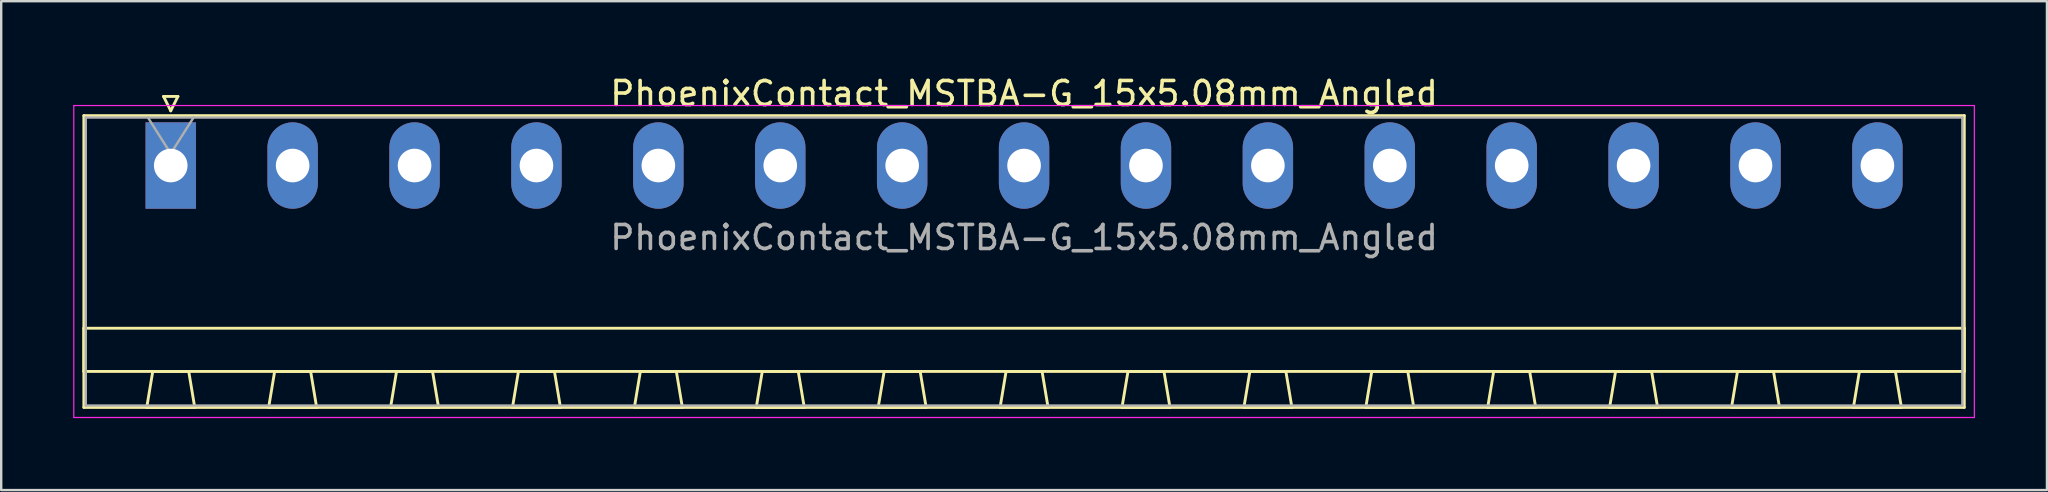
<source format=kicad_pcb>
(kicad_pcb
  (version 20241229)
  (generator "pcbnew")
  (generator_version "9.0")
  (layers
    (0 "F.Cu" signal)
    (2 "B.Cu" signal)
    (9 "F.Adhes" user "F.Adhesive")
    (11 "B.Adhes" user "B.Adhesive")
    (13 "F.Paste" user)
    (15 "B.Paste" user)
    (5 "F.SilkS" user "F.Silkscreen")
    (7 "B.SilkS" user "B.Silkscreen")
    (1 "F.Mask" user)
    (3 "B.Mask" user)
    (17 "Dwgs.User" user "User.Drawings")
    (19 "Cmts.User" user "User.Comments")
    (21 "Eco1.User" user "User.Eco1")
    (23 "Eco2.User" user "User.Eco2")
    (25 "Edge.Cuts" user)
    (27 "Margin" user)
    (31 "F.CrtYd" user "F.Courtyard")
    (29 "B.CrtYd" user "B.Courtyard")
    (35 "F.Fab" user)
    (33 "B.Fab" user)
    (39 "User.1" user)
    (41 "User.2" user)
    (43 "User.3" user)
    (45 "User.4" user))
  (footprint "PhoenixContact_MSTBA-G_15x5.08mm_Angled"
    (layer "F.Cu")
    (at 4.065 3.848)
    (property "Reference" "PhoenixContact_MSTBA-G_15x5.08mm_Angled" (at 35.56 -3 0) (layer "F.SilkS") (effects (font (size 1 1) (thickness 0.15))))
    (attr through_hole)
    (fp_line (start -3.62 -2.08) (end -3.62 10.08) (stroke (width 0.12) (type solid)) (layer "F.SilkS"))
    (fp_line (start -3.62 6.78) (end 74.74 6.78) (stroke (width 0.12) (type solid)) (layer "F.SilkS"))
    (fp_line (start -3.62 8.58) (end -3.62 6.78) (stroke (width 0.12) (type solid)) (layer "F.SilkS"))
    (fp_line (start -3.62 10.08) (end 74.74 10.08) (stroke (width 0.12) (type solid)) (layer "F.SilkS"))
    (fp_line (start -1 10.08) (end 1 10.08) (stroke (width 0.12) (type solid)) (layer "F.SilkS"))
    (fp_line (start -0.75 8.58) (end -1 10.08) (stroke (width 0.12) (type solid)) (layer "F.SilkS"))
    (fp_line (start -0.3 -2.88) (end 0.3 -2.88) (stroke (width 0.12) (type solid)) (layer "F.SilkS"))
    (fp_line (start 0 -2.28) (end -0.3 -2.88) (stroke (width 0.12) (type solid)) (layer "F.SilkS"))
    (fp_line (start 0.3 -2.88) (end 0 -2.28) (stroke (width 0.12) (type solid)) (layer "F.SilkS"))
    (fp_line (start 0.75 8.58) (end -0.75 8.58) (stroke (width 0.12) (type solid)) (layer "F.SilkS"))
    (fp_line (start 1 10.08) (end 0.75 8.58) (stroke (width 0.12) (type solid)) (layer "F.SilkS"))
    (fp_line (start 4.08 10.08) (end 6.08 10.08) (stroke (width 0.12) (type solid)) (layer "F.SilkS"))
    (fp_line (start 4.33 8.58) (end 4.08 10.08) (stroke (width 0.12) (type solid)) (layer "F.SilkS"))
    (fp_line (start 5.83 8.58) (end 4.33 8.58) (stroke (width 0.12) (type solid)) (layer "F.SilkS"))
    (fp_line (start 6.08 10.08) (end 5.83 8.58) (stroke (width 0.12) (type solid)) (layer "F.SilkS"))
    (fp_line (start 9.16 10.08) (end 11.16 10.08) (stroke (width 0.12) (type solid)) (layer "F.SilkS"))
    (fp_line (start 9.41 8.58) (end 9.16 10.08) (stroke (width 0.12) (type solid)) (layer "F.SilkS"))
    (fp_line (start 10.91 8.58) (end 9.41 8.58) (stroke (width 0.12) (type solid)) (layer "F.SilkS"))
    (fp_line (start 11.16 10.08) (end 10.91 8.58) (stroke (width 0.12) (type solid)) (layer "F.SilkS"))
    (fp_line (start 14.24 10.08) (end 16.24 10.08) (stroke (width 0.12) (type solid)) (layer "F.SilkS"))
    (fp_line (start 14.49 8.58) (end 14.24 10.08) (stroke (width 0.12) (type solid)) (layer "F.SilkS"))
    (fp_line (start 15.99 8.58) (end 14.49 8.58) (stroke (width 0.12) (type solid)) (layer "F.SilkS"))
    (fp_line (start 16.24 10.08) (end 15.99 8.58) (stroke (width 0.12) (type solid)) (layer "F.SilkS"))
    (fp_line (start 19.32 10.08) (end 21.32 10.08) (stroke (width 0.12) (type solid)) (layer "F.SilkS"))
    (fp_line (start 19.57 8.58) (end 19.32 10.08) (stroke (width 0.12) (type solid)) (layer "F.SilkS"))
    (fp_line (start 21.07 8.58) (end 19.57 8.58) (stroke (width 0.12) (type solid)) (layer "F.SilkS"))
    (fp_line (start 21.32 10.08) (end 21.07 8.58) (stroke (width 0.12) (type solid)) (layer "F.SilkS"))
    (fp_line (start 24.4 10.08) (end 26.4 10.08) (stroke (width 0.12) (type solid)) (layer "F.SilkS"))
    (fp_line (start 24.65 8.58) (end 24.4 10.08) (stroke (width 0.12) (type solid)) (layer "F.SilkS"))
    (fp_line (start 26.15 8.58) (end 24.65 8.58) (stroke (width 0.12) (type solid)) (layer "F.SilkS"))
    (fp_line (start 26.4 10.08) (end 26.15 8.58) (stroke (width 0.12) (type solid)) (layer "F.SilkS"))
    (fp_line (start 29.48 10.08) (end 31.48 10.08) (stroke (width 0.12) (type solid)) (layer "F.SilkS"))
    (fp_line (start 29.73 8.58) (end 29.48 10.08) (stroke (width 0.12) (type solid)) (layer "F.SilkS"))
    (fp_line (start 31.23 8.58) (end 29.73 8.58) (stroke (width 0.12) (type solid)) (layer "F.SilkS"))
    (fp_line (start 31.48 10.08) (end 31.23 8.58) (stroke (width 0.12) (type solid)) (layer "F.SilkS"))
    (fp_line (start 34.56 10.08) (end 36.56 10.08) (stroke (width 0.12) (type solid)) (layer "F.SilkS"))
    (fp_line (start 34.81 8.58) (end 34.56 10.08) (stroke (width 0.12) (type solid)) (layer "F.SilkS"))
    (fp_line (start 36.31 8.58) (end 34.81 8.58) (stroke (width 0.12) (type solid)) (layer "F.SilkS"))
    (fp_line (start 36.56 10.08) (end 36.31 8.58) (stroke (width 0.12) (type solid)) (layer "F.SilkS"))
    (fp_line (start 39.64 10.08) (end 41.64 10.08) (stroke (width 0.12) (type solid)) (layer "F.SilkS"))
    (fp_line (start 39.89 8.58) (end 39.64 10.08) (stroke (width 0.12) (type solid)) (layer "F.SilkS"))
    (fp_line (start 41.39 8.58) (end 39.89 8.58) (stroke (width 0.12) (type solid)) (layer "F.SilkS"))
    (fp_line (start 41.64 10.08) (end 41.39 8.58) (stroke (width 0.12) (type solid)) (layer "F.SilkS"))
    (fp_line (start 44.72 10.08) (end 46.72 10.08) (stroke (width 0.12) (type solid)) (layer "F.SilkS"))
    (fp_line (start 44.97 8.58) (end 44.72 10.08) (stroke (width 0.12) (type solid)) (layer "F.SilkS"))
    (fp_line (start 46.47 8.58) (end 44.97 8.58) (stroke (width 0.12) (type solid)) (layer "F.SilkS"))
    (fp_line (start 46.72 10.08) (end 46.47 8.58) (stroke (width 0.12) (type solid)) (layer "F.SilkS"))
    (fp_line (start 49.8 10.08) (end 51.8 10.08) (stroke (width 0.12) (type solid)) (layer "F.SilkS"))
    (fp_line (start 50.05 8.58) (end 49.8 10.08) (stroke (width 0.12) (type solid)) (layer "F.SilkS"))
    (fp_line (start 51.55 8.58) (end 50.05 8.58) (stroke (width 0.12) (type solid)) (layer "F.SilkS"))
    (fp_line (start 51.8 10.08) (end 51.55 8.58) (stroke (width 0.12) (type solid)) (layer "F.SilkS"))
    (fp_line (start 54.88 10.08) (end 56.88 10.08) (stroke (width 0.12) (type solid)) (layer "F.SilkS"))
    (fp_line (start 55.13 8.58) (end 54.88 10.08) (stroke (width 0.12) (type solid)) (layer "F.SilkS"))
    (fp_line (start 56.63 8.58) (end 55.13 8.58) (stroke (width 0.12) (type solid)) (layer "F.SilkS"))
    (fp_line (start 56.88 10.08) (end 56.63 8.58) (stroke (width 0.12) (type solid)) (layer "F.SilkS"))
    (fp_line (start 59.96 10.08) (end 61.96 10.08) (stroke (width 0.12) (type solid)) (layer "F.SilkS"))
    (fp_line (start 60.21 8.58) (end 59.96 10.08) (stroke (width 0.12) (type solid)) (layer "F.SilkS"))
    (fp_line (start 61.71 8.58) (end 60.21 8.58) (stroke (width 0.12) (type solid)) (layer "F.SilkS"))
    (fp_line (start 61.96 10.08) (end 61.71 8.58) (stroke (width 0.12) (type solid)) (layer "F.SilkS"))
    (fp_line (start 65.04 10.08) (end 67.04 10.08) (stroke (width 0.12) (type solid)) (layer "F.SilkS"))
    (fp_line (start 65.29 8.58) (end 65.04 10.08) (stroke (width 0.12) (type solid)) (layer "F.SilkS"))
    (fp_line (start 66.79 8.58) (end 65.29 8.58) (stroke (width 0.12) (type solid)) (layer "F.SilkS"))
    (fp_line (start 67.04 10.08) (end 66.79 8.58) (stroke (width 0.12) (type solid)) (layer "F.SilkS"))
    (fp_line (start 70.12 10.08) (end 72.12 10.08) (stroke (width 0.12) (type solid)) (layer "F.SilkS"))
    (fp_line (start 70.37 8.58) (end 70.12 10.08) (stroke (width 0.12) (type solid)) (layer "F.SilkS"))
    (fp_line (start 71.87 8.58) (end 70.37 8.58) (stroke (width 0.12) (type solid)) (layer "F.SilkS"))
    (fp_line (start 72.12 10.08) (end 71.87 8.58) (stroke (width 0.12) (type solid)) (layer "F.SilkS"))
    (fp_line (start 74.74 -2.08) (end -3.62 -2.08) (stroke (width 0.12) (type solid)) (layer "F.SilkS"))
    (fp_line (start 74.74 6.78) (end 74.74 8.58) (stroke (width 0.12) (type solid)) (layer "F.SilkS"))
    (fp_line (start 74.74 8.58) (end -3.62 8.58) (stroke (width 0.12) (type solid)) (layer "F.SilkS"))
    (fp_line (start 74.74 10.08) (end 74.74 -2.08) (stroke (width 0.12) (type solid)) (layer "F.SilkS"))
    (fp_line (start -4.04 -2.5) (end -4.04 10.5) (stroke (width 0.05) (type solid)) (layer "F.CrtYd"))
    (fp_line (start -4.04 10.5) (end 75.16 10.5) (stroke (width 0.05) (type solid)) (layer "F.CrtYd"))
    (fp_line (start 75.16 -2.5) (end -4.04 -2.5) (stroke (width 0.05) (type solid)) (layer "F.CrtYd"))
    (fp_line (start 75.16 10.5) (end 75.16 -2.5) (stroke (width 0.05) (type solid)) (layer "F.CrtYd"))
    (fp_line (start -3.54 -2) (end -3.54 10) (stroke (width 0.1) (type solid)) (layer "F.Fab"))
    (fp_line (start -3.54 10) (end 74.66 10) (stroke (width 0.1) (type solid)) (layer "F.Fab"))
    (fp_line (start 0 -0.5) (end -0.95 -2) (stroke (width 0.1) (type solid)) (layer "F.Fab"))
    (fp_line (start 0.95 -2) (end 0 -0.5) (stroke (width 0.1) (type solid)) (layer "F.Fab"))
    (fp_line (start 74.66 -2) (end -3.54 -2) (stroke (width 0.1) (type solid)) (layer "F.Fab"))
    (fp_line (start 74.66 10) (end 74.66 -2) (stroke (width 0.1) (type solid)) (layer "F.Fab"))
    (fp_text user "${REFERENCE}" (at 35.56 3 0) (layer "F.Fab") (effects (font (size 1 1) (thickness 0.15))))
    (pad "1" thru_hole rect (at 0 0) (size 2.1 3.6) (drill 1.4) (layers "*.Cu" "*.Mask"))
    (pad "2" thru_hole oval (at 5.08 0) (size 2.1 3.6) (drill 1.4) (layers "*.Cu" "*.Mask"))
    (pad "3" thru_hole oval (at 10.16 0) (size 2.1 3.6) (drill 1.4) (layers "*.Cu" "*.Mask"))
    (pad "4" thru_hole oval (at 15.24 0) (size 2.1 3.6) (drill 1.4) (layers "*.Cu" "*.Mask"))
    (pad "5" thru_hole oval (at 20.32 0) (size 2.1 3.6) (drill 1.4) (layers "*.Cu" "*.Mask"))
    (pad "6" thru_hole oval (at 25.4 0) (size 2.1 3.6) (drill 1.4) (layers "*.Cu" "*.Mask"))
    (pad "7" thru_hole oval (at 30.48 0) (size 2.1 3.6) (drill 1.4) (layers "*.Cu" "*.Mask"))
    (pad "8" thru_hole oval (at 35.56 0) (size 2.1 3.6) (drill 1.4) (layers "*.Cu" "*.Mask"))
    (pad "9" thru_hole oval (at 40.64 0) (size 2.1 3.6) (drill 1.4) (layers "*.Cu" "*.Mask"))
    (pad "10" thru_hole oval (at 45.72 0) (size 2.1 3.6) (drill 1.4) (layers "*.Cu" "*.Mask"))
    (pad "11" thru_hole oval (at 50.8 0) (size 2.1 3.6) (drill 1.4) (layers "*.Cu" "*.Mask"))
    (pad "12" thru_hole oval (at 55.88 0) (size 2.1 3.6) (drill 1.4) (layers "*.Cu" "*.Mask"))
    (pad "13" thru_hole oval (at 60.96 0) (size 2.1 3.6) (drill 1.4) (layers "*.Cu" "*.Mask"))
    (pad "14" thru_hole oval (at 66.04 0) (size 2.1 3.6) (drill 1.4) (layers "*.Cu" "*.Mask"))
    (pad "15" thru_hole oval (at 71.12 0) (size 2.1 3.6) (drill 1.4) (layers "*.Cu" "*.Mask")))
  (gr_rect
    (start -3 -3)
    (end 82.25 17.373)
    (stroke (width 0.1) (type default))
    (fill no)
    (layer "Edge.Cuts")))
</source>
